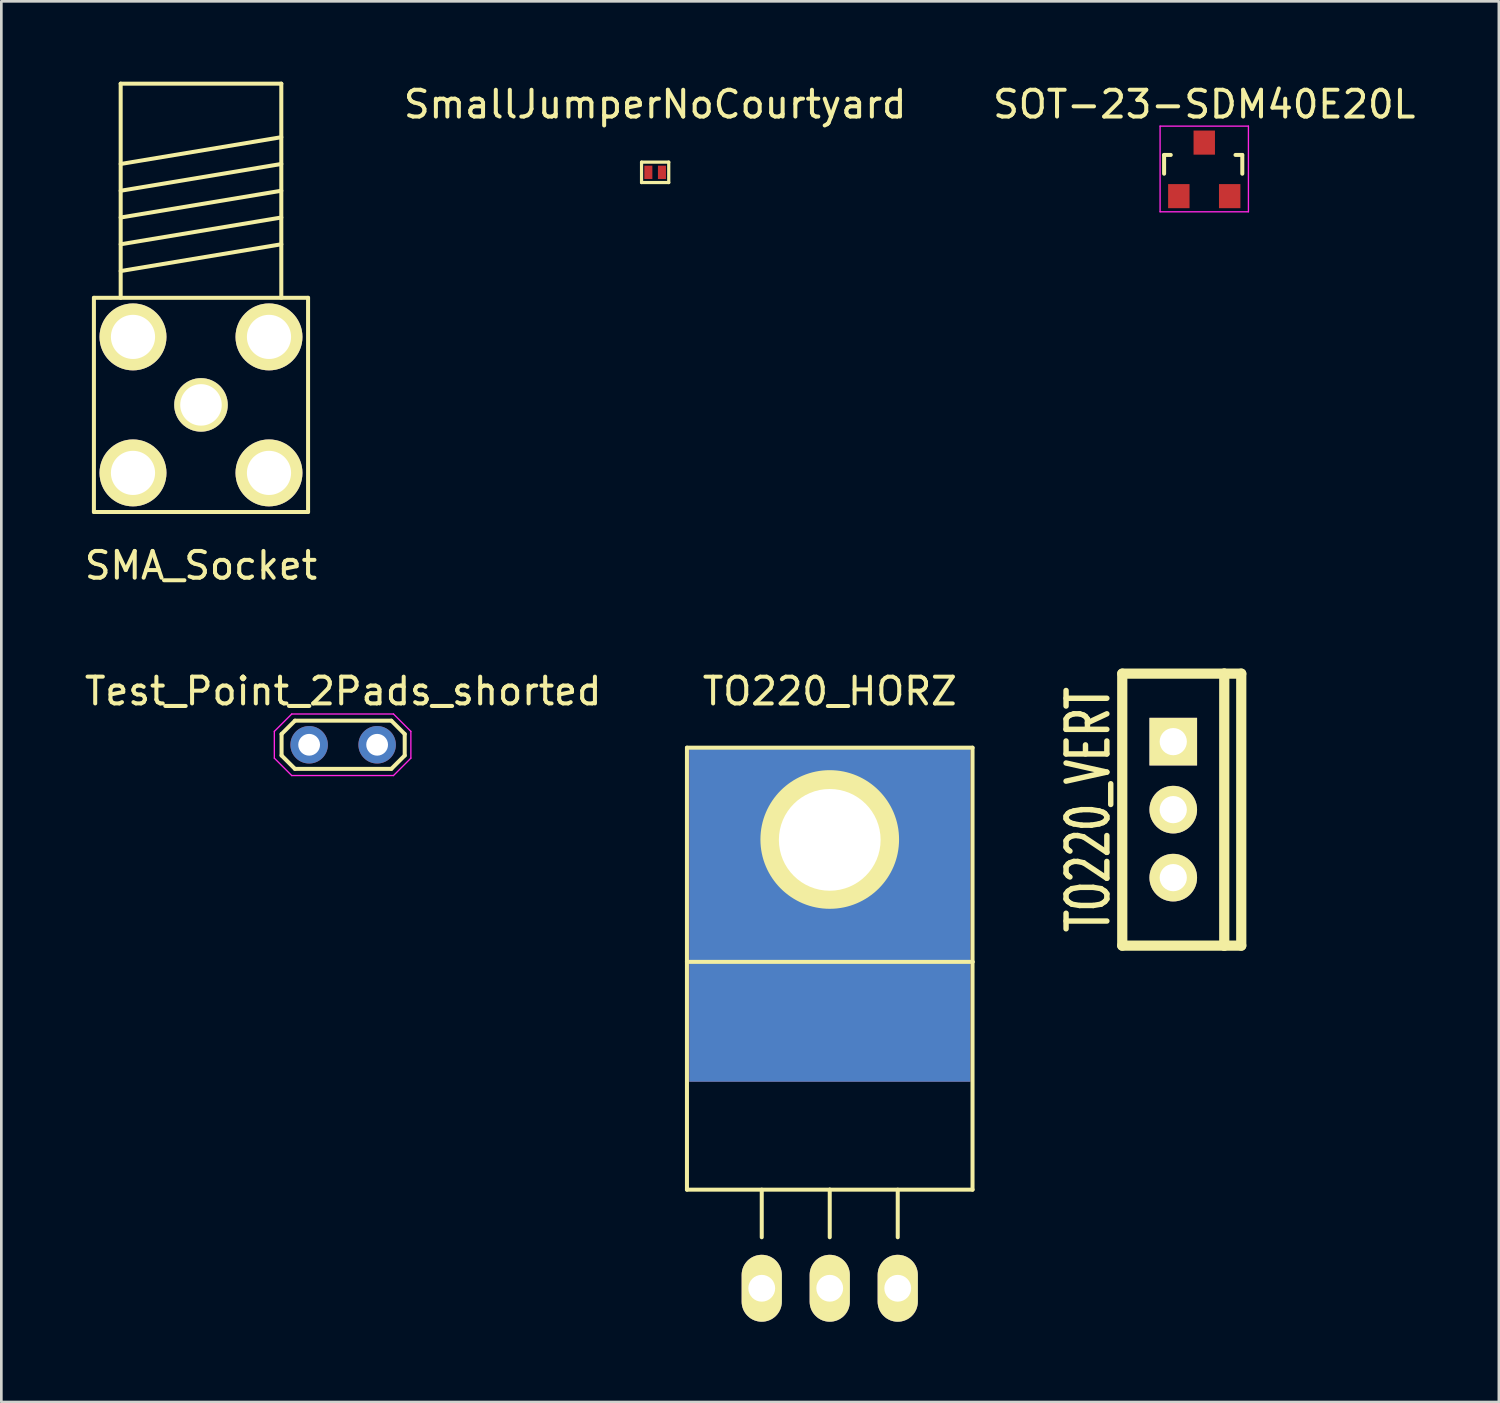
<source format=kicad_pcb>
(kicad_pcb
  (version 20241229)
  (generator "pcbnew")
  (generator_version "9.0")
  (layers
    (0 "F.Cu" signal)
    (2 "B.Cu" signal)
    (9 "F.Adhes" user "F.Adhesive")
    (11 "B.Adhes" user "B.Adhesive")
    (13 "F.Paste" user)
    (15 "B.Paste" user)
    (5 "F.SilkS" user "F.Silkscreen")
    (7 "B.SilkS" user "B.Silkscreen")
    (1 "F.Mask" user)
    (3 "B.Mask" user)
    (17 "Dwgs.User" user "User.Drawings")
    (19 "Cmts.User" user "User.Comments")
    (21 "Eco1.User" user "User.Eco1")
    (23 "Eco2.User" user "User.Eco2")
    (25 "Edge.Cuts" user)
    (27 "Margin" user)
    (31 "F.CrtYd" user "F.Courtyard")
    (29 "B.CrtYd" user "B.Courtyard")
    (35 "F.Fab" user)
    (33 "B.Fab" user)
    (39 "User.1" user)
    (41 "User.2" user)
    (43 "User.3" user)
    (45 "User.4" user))
  (footprint "SMA_Socket"
    (layer "F.Cu")
    (at 4.458 12.075)
    (property "Reference" "SMA_Socket" (at 0 6 0) (layer "F.SilkS") (effects (font (size 1 1) (thickness 0.15))))
    (attr through_hole)
    (fp_line (start -4 -4) (end -4 4) (stroke (width 0.15) (type solid)) (layer "F.SilkS"))
    (fp_line (start -4 4) (end 4 4) (stroke (width 0.15) (type solid)) (layer "F.SilkS"))
    (fp_line (start -3 -12) (end 3 -12) (stroke (width 0.15) (type solid)) (layer "F.SilkS"))
    (fp_line (start -3 -9) (end 3 -10) (stroke (width 0.15) (type solid)) (layer "F.SilkS"))
    (fp_line (start -3 -8) (end 3 -9) (stroke (width 0.15) (type solid)) (layer "F.SilkS"))
    (fp_line (start -3 -7) (end 3 -8) (stroke (width 0.15) (type solid)) (layer "F.SilkS"))
    (fp_line (start -3 -6) (end 3 -7) (stroke (width 0.15) (type solid)) (layer "F.SilkS"))
    (fp_line (start -3 -5) (end 3 -6) (stroke (width 0.15) (type solid)) (layer "F.SilkS"))
    (fp_line (start -3 -4) (end -3 -12) (stroke (width 0.15) (type solid)) (layer "F.SilkS"))
    (fp_line (start 3 -12) (end 3 -4) (stroke (width 0.15) (type solid)) (layer "F.SilkS"))
    (fp_line (start 4 -4) (end -4 -4) (stroke (width 0.15) (type solid)) (layer "F.SilkS"))
    (fp_line (start 4 4) (end 4 -4) (stroke (width 0.15) (type solid)) (layer "F.SilkS"))
    (pad "1" thru_hole circle (at 0 0) (size 2 2) (drill 1.55) (layers "*.Cu" "*.Mask" "F.SilkS"))
    (pad "2" thru_hole circle (at -2.54 -2.54 180) (size 2.5 2.5) (drill 1.65) (layers "*.Cu" "*.Mask" "F.SilkS"))
    (pad "2" thru_hole circle (at -2.54 2.54 270) (size 2.5 2.5) (drill 1.65) (layers "*.Cu" "*.Mask" "F.SilkS"))
    (pad "2" thru_hole circle (at 2.54 -2.54 90) (size 2.5 2.5) (drill 1.65) (layers "*.Cu" "*.Mask" "F.SilkS"))
    (pad "2" thru_hole circle (at 2.54 2.54) (size 2.5 2.5) (drill 1.65) (layers "*.Cu" "*.Mask" "F.SilkS")))
  (footprint "TO220_VERT"
    (layer "F.Cu")
    (at 40.777 27.194)
    (property "Reference" "TO220_VERT" (at -3.175 0 90) (layer "F.SilkS") (effects (font (size 1.524 1.016) (thickness 0.203))))
    (attr through_hole)
    (fp_line (start -1.905 -5.08) (end 1.905 -5.08) (stroke (width 0.381) (type solid)) (layer "F.SilkS"))
    (fp_line (start -1.905 5.08) (end -1.905 -5.08) (stroke (width 0.381) (type solid)) (layer "F.SilkS"))
    (fp_line (start 1.905 -5.08) (end 1.905 5.08) (stroke (width 0.381) (type solid)) (layer "F.SilkS"))
    (fp_line (start 1.905 -5.08) (end 2.54 -5.08) (stroke (width 0.381) (type solid)) (layer "F.SilkS"))
    (fp_line (start 1.905 5.08) (end -1.905 5.08) (stroke (width 0.381) (type solid)) (layer "F.SilkS"))
    (fp_line (start 2.54 -5.08) (end 2.54 5.08) (stroke (width 0.381) (type solid)) (layer "F.SilkS"))
    (fp_line (start 2.54 5.08) (end 1.905 5.08) (stroke (width 0.381) (type solid)) (layer "F.SilkS"))
    (pad "1" thru_hole rect (at 0 -2.54) (size 1.778 1.778) (drill 1.016) (layers "*.Cu" "*.Mask" "F.SilkS"))
    (pad "2" thru_hole circle (at 0 0) (size 1.778 1.778) (drill 1.016) (layers "*.Cu" "*.Mask" "F.SilkS"))
    (pad "3" thru_hole circle (at 0 2.54) (size 1.778 1.778) (drill 1.016) (layers "*.Cu" "*.Mask" "F.SilkS")))
  (footprint "Test_Point_2Pads_shorted"
    (layer "F.Cu")
    (at 8.498 24.771)
    (property "Reference" "Test_Point_2Pads_shorted" (at 1.27 -2 0) (layer "F.SilkS") (effects (font (size 1 1) (thickness 0.15))))
    (attr exclude_from_pos_files exclude_from_bom)
    (fp_line (start -1.03 -0.4) (end -0.53 -0.9) (stroke (width 0.15) (type solid)) (layer "F.SilkS"))
    (fp_line (start -1.03 0.4) (end -1.03 -0.4) (stroke (width 0.15) (type solid)) (layer "F.SilkS"))
    (fp_line (start -0.53 -0.9) (end 3.07 -0.9) (stroke (width 0.15) (type solid)) (layer "F.SilkS"))
    (fp_line (start -0.53 0.9) (end -1.03 0.4) (stroke (width 0.15) (type solid)) (layer "F.SilkS"))
    (fp_line (start 3.07 -0.9) (end 3.57 -0.4) (stroke (width 0.15) (type solid)) (layer "F.SilkS"))
    (fp_line (start 3.07 0.9) (end -0.53 0.9) (stroke (width 0.15) (type solid)) (layer "F.SilkS"))
    (fp_line (start 3.57 -0.4) (end 3.57 0.4) (stroke (width 0.15) (type solid)) (layer "F.SilkS"))
    (fp_line (start 3.57 0.4) (end 3.07 0.9) (stroke (width 0.15) (type solid)) (layer "F.SilkS"))
    (fp_line (start -1.3 -0.5) (end -1.3 0.5) (stroke (width 0.05) (type solid)) (layer "F.CrtYd"))
    (fp_line (start -1.3 0.5) (end -0.65 1.15) (stroke (width 0.05) (type solid)) (layer "F.CrtYd"))
    (fp_line (start -0.65 -1.15) (end -1.3 -0.5) (stroke (width 0.05) (type solid)) (layer "F.CrtYd"))
    (fp_line (start -0.65 1.15) (end 3.15 1.15) (stroke (width 0.05) (type solid)) (layer "F.CrtYd"))
    (fp_line (start 3.15 -1.15) (end -0.65 -1.15) (stroke (width 0.05) (type solid)) (layer "F.CrtYd"))
    (fp_line (start 3.15 1.15) (end 3.8 0.5) (stroke (width 0.05) (type solid)) (layer "F.CrtYd"))
    (fp_line (start 3.8 -0.5) (end 3.15 -1.15) (stroke (width 0.05) (type solid)) (layer "F.CrtYd"))
    (fp_line (start 3.8 0.5) (end 3.8 -0.5) (stroke (width 0.05) (type solid)) (layer "F.CrtYd"))
    (pad "1" thru_hole circle (at 0 0) (size 1.4 1.4) (drill 0.813) (layers "*.Cu" "*.Mask"))
    (pad "1" thru_hole circle (at 2.54 0) (size 1.4 1.4) (drill 0.813) (layers "*.Cu" "*.Mask")))
  (footprint "SmallJumperNoCourtyard"
    (layer "F.Cu")
    (at 21.423 3.388)
    (property "Reference" "SmallJumperNoCourtyard" (at 0 -2.54 0) (layer "F.SilkS") (effects (font (size 1 1) (thickness 0.15))))
    (attr through_hole)
    (fp_line (start -0.508 -0.381) (end 0.508 -0.381) (stroke (width 0.12) (type solid)) (layer "F.SilkS"))
    (fp_line (start -0.508 0.381) (end -0.508 -0.381) (stroke (width 0.12) (type solid)) (layer "F.SilkS"))
    (fp_line (start 0.508 -0.381) (end 0.508 0.381) (stroke (width 0.12) (type solid)) (layer "F.SilkS"))
    (fp_line (start 0.508 0.381) (end -0.508 0.381) (stroke (width 0.12) (type solid)) (layer "F.SilkS"))
    (pad "1" smd rect (at -0.254 0) (size 0.3 0.5) (layers "F.Cu" "F.Mask"))
    (pad "2" smd rect (at 0.254 0) (size 0.3 0.5) (layers "F.Cu" "F.Mask")))
  (footprint "TO220_HORZ"
    (layer "F.Cu")
    (at 27.945 45.073)
    (property "Reference" "TO220_HORZ" (at 0 -22.301 0) (layer "F.SilkS") (effects (font (size 1 1) (thickness 0.15))))
    (attr through_hole)
    (fp_line (start -5.334 -20.193) (end -5.334 -12.192) (stroke (width 0.15) (type solid)) (layer "F.SilkS"))
    (fp_line (start -5.334 -12.192) (end -5.334 -3.683) (stroke (width 0.15) (type solid)) (layer "F.SilkS"))
    (fp_line (start -2.54 -3.683) (end -2.54 -1.905) (stroke (width 0.15) (type solid)) (layer "F.SilkS"))
    (fp_line (start 0 -3.683) (end -5.334 -3.683) (stroke (width 0.15) (type solid)) (layer "F.SilkS"))
    (fp_line (start 0 -3.683) (end 0 -1.905) (stroke (width 0.15) (type solid)) (layer "F.SilkS"))
    (fp_line (start 0 -3.683) (end 5.334 -3.683) (stroke (width 0.15) (type solid)) (layer "F.SilkS"))
    (fp_line (start 2.54 -3.683) (end 2.54 -1.905) (stroke (width 0.15) (type solid)) (layer "F.SilkS"))
    (fp_line (start 5.334 -20.193) (end -5.334 -20.193) (stroke (width 0.15) (type solid)) (layer "F.SilkS"))
    (fp_line (start 5.334 -12.192) (end -5.334 -12.192) (stroke (width 0.15) (type solid)) (layer "F.SilkS"))
    (fp_line (start 5.334 -12.192) (end 5.334 -20.193) (stroke (width 0.15) (type solid)) (layer "F.SilkS"))
    (fp_line (start 5.334 -3.683) (end 5.334 -12.192) (stroke (width 0.15) (type solid)) (layer "F.SilkS"))
    (fp_circle (center 0 -16.764) (end 1.778 -14.986) (stroke (width 0.15) (type solid)) (fill no) (layer "F.SilkS"))
    (pad "1" thru_hole oval (at -2.54 0 90) (size 2.499 1.501) (drill 1.001) (layers "*.Cu" "*.Mask" "F.SilkS"))
    (pad "2" thru_hole oval (at 0 0 90) (size 2.499 1.501) (drill 1.001) (layers "*.Cu" "*.Mask" "F.SilkS"))
    (pad "3" thru_hole oval (at 2.54 0 90) (size 2.499 1.501) (drill 1.001) (layers "*.Cu" "*.Mask" "F.SilkS"))
    (pad "4" smd rect (at 0 -16.764) (size 10.5 12.5) (drill (offset 0 2.8)) (layers "F.Cu" "F.Mask" "F.Paste"))
    (pad "4" smd rect (at 0 -16.764) (size 10.5 12.5) (drill (offset 0 2.8)) (layers "B.Cu" "B.Mask" "B.Paste"))
    (pad "4" thru_hole circle (at 0 -16.75) (size 5.08 5.08) (drill 3.8) (layers "*.Cu" "*.Mask" "F.SilkS")))
  (footprint "SOT-23-SDM40E20L"
    (layer "F.Cu")
    (at 41.935 4.277)
    (property "Reference" "SOT-23-SDM40E20L" (at 0 -3.429 0) (layer "F.SilkS") (effects (font (size 1 1) (thickness 0.15))))
    (attr smd)
    (fp_line (start -1.5 -1.539) (end -1.251 -1.539) (stroke (width 0.15) (type solid)) (layer "F.SilkS"))
    (fp_line (start -1.5 -0.838) (end -1.5 -1.539) (stroke (width 0.15) (type solid)) (layer "F.SilkS"))
    (fp_line (start 1.167 -1.539) (end 1.416 -1.539) (stroke (width 0.15) (type solid)) (layer "F.SilkS"))
    (fp_line (start 1.421 -0.838) (end 1.421 -1.539) (stroke (width 0.15) (type solid)) (layer "F.SilkS"))
    (fp_line (start -1.65 -2.616) (end 1.65 -2.616) (stroke (width 0.05) (type solid)) (layer "F.CrtYd"))
    (fp_line (start -1.65 0.584) (end -1.65 -2.616) (stroke (width 0.05) (type solid)) (layer "F.CrtYd"))
    (fp_line (start 1.65 -2.616) (end 1.65 0.584) (stroke (width 0.05) (type solid)) (layer "F.CrtYd"))
    (fp_line (start 1.65 0.584) (end -1.65 0.584) (stroke (width 0.05) (type solid)) (layer "F.CrtYd"))
    (pad "1" smd rect (at -0.95 0) (size 0.8 0.9) (layers "F.Cu" "F.Mask" "F.Paste"))
    (pad "2" smd rect (at 0 -2) (size 0.8 0.9) (layers "F.Cu" "F.Mask" "F.Paste"))
    (pad "3" smd rect (at 0.95 0) (size 0.8 0.9) (layers "F.Cu" "F.Mask" "F.Paste")))
  (gr_rect
    (start -3 -3)
    (end 52.94 49.322)
    (stroke (width 0.1) (type default))
    (fill no)
    (layer "Edge.Cuts")))
</source>
